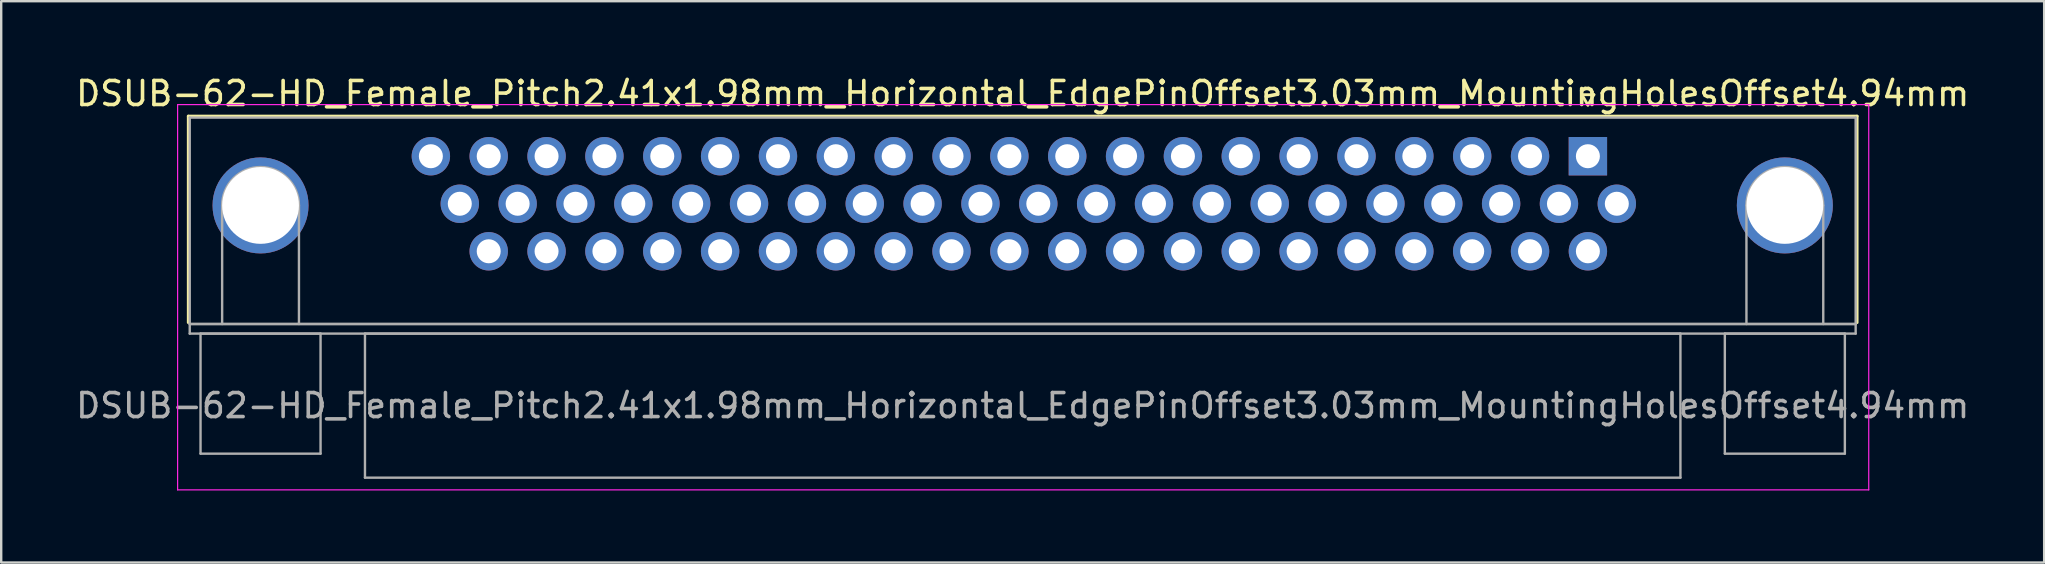
<source format=kicad_pcb>
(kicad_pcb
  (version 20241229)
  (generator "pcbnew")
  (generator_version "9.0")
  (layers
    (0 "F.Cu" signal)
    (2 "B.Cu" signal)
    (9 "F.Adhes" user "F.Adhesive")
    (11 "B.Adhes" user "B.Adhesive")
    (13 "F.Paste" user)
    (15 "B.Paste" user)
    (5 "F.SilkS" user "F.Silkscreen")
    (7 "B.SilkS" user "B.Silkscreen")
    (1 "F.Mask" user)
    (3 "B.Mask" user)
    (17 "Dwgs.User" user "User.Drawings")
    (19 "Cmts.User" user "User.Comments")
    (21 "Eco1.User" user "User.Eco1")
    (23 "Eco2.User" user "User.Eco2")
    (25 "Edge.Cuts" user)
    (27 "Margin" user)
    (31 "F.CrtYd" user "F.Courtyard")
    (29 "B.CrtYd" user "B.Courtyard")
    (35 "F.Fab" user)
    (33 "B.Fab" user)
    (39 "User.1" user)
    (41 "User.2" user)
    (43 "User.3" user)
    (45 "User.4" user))
  (footprint "DSUB-62-HD_Female_Pitch2.41x1.98mm_Horizontal_EdgePinOffset3.03mm_MountingHolesOffset4.94mm"
    (layer "F.Cu")
    (at 63.099 3.458)
    (property "Reference" "DSUB-62-HD_Female_Pitch2.41x1.98mm_Horizontal_EdgePinOffset3.03mm_MountingHolesOffset4.94mm" (at -23.545 -2.61 0) (layer "F.SilkS") (effects (font (size 1 1) (thickness 0.15))))
    (attr through_hole)
    (fp_line (start -58.305 -1.67) (end 11.215 -1.67) (stroke (width 0.12) (type solid)) (layer "F.SilkS"))
    (fp_line (start -58.305 6.93) (end -58.305 -1.67) (stroke (width 0.12) (type solid)) (layer "F.SilkS"))
    (fp_line (start -0.25 -2.564) (end 0.25 -2.564) (stroke (width 0.12) (type solid)) (layer "F.SilkS"))
    (fp_line (start 0 -2.131) (end -0.25 -2.564) (stroke (width 0.12) (type solid)) (layer "F.SilkS"))
    (fp_line (start 0.25 -2.564) (end 0 -2.131) (stroke (width 0.12) (type solid)) (layer "F.SilkS"))
    (fp_line (start 11.215 -1.67) (end 11.215 6.93) (stroke (width 0.12) (type solid)) (layer "F.SilkS"))
    (fp_line (start -58.75 -2.15) (end -58.75 13.9) (stroke (width 0.05) (type solid)) (layer "F.CrtYd"))
    (fp_line (start -58.75 13.9) (end 11.7 13.9) (stroke (width 0.05) (type solid)) (layer "F.CrtYd"))
    (fp_line (start 11.7 -2.15) (end -58.75 -2.15) (stroke (width 0.05) (type solid)) (layer "F.CrtYd"))
    (fp_line (start 11.7 13.9) (end 11.7 -2.15) (stroke (width 0.05) (type solid)) (layer "F.CrtYd"))
    (fp_line (start -58.245 -1.61) (end -58.245 6.99) (stroke (width 0.1) (type solid)) (layer "F.Fab"))
    (fp_line (start -58.245 6.99) (end -58.245 7.39) (stroke (width 0.1) (type solid)) (layer "F.Fab"))
    (fp_line (start -58.245 6.99) (end 11.155 6.99) (stroke (width 0.1) (type solid)) (layer "F.Fab"))
    (fp_line (start -58.245 7.39) (end 11.155 7.39) (stroke (width 0.1) (type solid)) (layer "F.Fab"))
    (fp_line (start -57.795 7.39) (end -57.795 12.39) (stroke (width 0.1) (type solid)) (layer "F.Fab"))
    (fp_line (start -57.795 12.39) (end -52.795 12.39) (stroke (width 0.1) (type solid)) (layer "F.Fab"))
    (fp_line (start -56.895 6.99) (end -56.895 2.05) (stroke (width 0.1) (type solid)) (layer "F.Fab"))
    (fp_line (start -53.695 6.99) (end -53.695 2.05) (stroke (width 0.1) (type solid)) (layer "F.Fab"))
    (fp_line (start -52.795 7.39) (end -57.795 7.39) (stroke (width 0.1) (type solid)) (layer "F.Fab"))
    (fp_line (start -52.795 12.39) (end -52.795 7.39) (stroke (width 0.1) (type solid)) (layer "F.Fab"))
    (fp_line (start -50.945 7.39) (end -50.945 13.39) (stroke (width 0.1) (type solid)) (layer "F.Fab"))
    (fp_line (start -50.945 13.39) (end 3.855 13.39) (stroke (width 0.1) (type solid)) (layer "F.Fab"))
    (fp_line (start 3.855 7.39) (end -50.945 7.39) (stroke (width 0.1) (type solid)) (layer "F.Fab"))
    (fp_line (start 3.855 13.39) (end 3.855 7.39) (stroke (width 0.1) (type solid)) (layer "F.Fab"))
    (fp_line (start 5.705 7.39) (end 5.705 12.39) (stroke (width 0.1) (type solid)) (layer "F.Fab"))
    (fp_line (start 5.705 12.39) (end 10.705 12.39) (stroke (width 0.1) (type solid)) (layer "F.Fab"))
    (fp_line (start 6.605 6.99) (end 6.605 2.05) (stroke (width 0.1) (type solid)) (layer "F.Fab"))
    (fp_line (start 9.805 6.99) (end 9.805 2.05) (stroke (width 0.1) (type solid)) (layer "F.Fab"))
    (fp_line (start 10.705 7.39) (end 5.705 7.39) (stroke (width 0.1) (type solid)) (layer "F.Fab"))
    (fp_line (start 10.705 12.39) (end 10.705 7.39) (stroke (width 0.1) (type solid)) (layer "F.Fab"))
    (fp_line (start 11.155 -1.61) (end -58.245 -1.61) (stroke (width 0.1) (type solid)) (layer "F.Fab"))
    (fp_line (start 11.155 6.99) (end -58.245 6.99) (stroke (width 0.1) (type solid)) (layer "F.Fab"))
    (fp_line (start 11.155 6.99) (end 11.155 -1.61) (stroke (width 0.1) (type solid)) (layer "F.Fab"))
    (fp_line (start 11.155 7.39) (end 11.155 6.99) (stroke (width 0.1) (type solid)) (layer "F.Fab"))
    (fp_arc (start -56.895 2.05) (mid -55.295 0.45) (end -53.695 2.05) (stroke (width 0.1) (type solid)) (layer "F.Fab"))
    (fp_arc (start 6.605 2.05) (mid 8.205 0.45) (end 9.805 2.05) (stroke (width 0.1) (type solid)) (layer "F.Fab"))
    (fp_text user "${REFERENCE}" (at -23.545 10.39 0) (layer "F.Fab") (effects (font (size 1 1) (thickness 0.15))))
    (pad "0" thru_hole circle (at -55.295 2.05) (size 4 4) (drill 3.2) (layers "*.Cu" "*.Mask"))
    (pad "0" thru_hole circle (at 8.205 2.05) (size 4 4) (drill 3.2) (layers "*.Cu" "*.Mask"))
    (pad "1" thru_hole rect (at 0 0) (size 1.6 1.6) (drill 1) (layers "*.Cu" "*.Mask"))
    (pad "2" thru_hole circle (at -2.41 0) (size 1.6 1.6) (drill 1) (layers "*.Cu" "*.Mask"))
    (pad "3" thru_hole circle (at -4.82 0) (size 1.6 1.6) (drill 1) (layers "*.Cu" "*.Mask"))
    (pad "4" thru_hole circle (at -7.23 0) (size 1.6 1.6) (drill 1) (layers "*.Cu" "*.Mask"))
    (pad "5" thru_hole circle (at -9.64 0) (size 1.6 1.6) (drill 1) (layers "*.Cu" "*.Mask"))
    (pad "6" thru_hole circle (at -12.05 0) (size 1.6 1.6) (drill 1) (layers "*.Cu" "*.Mask"))
    (pad "7" thru_hole circle (at -14.46 0) (size 1.6 1.6) (drill 1) (layers "*.Cu" "*.Mask"))
    (pad "8" thru_hole circle (at -16.87 0) (size 1.6 1.6) (drill 1) (layers "*.Cu" "*.Mask"))
    (pad "9" thru_hole circle (at -19.28 0) (size 1.6 1.6) (drill 1) (layers "*.Cu" "*.Mask"))
    (pad "10" thru_hole circle (at -21.69 0) (size 1.6 1.6) (drill 1) (layers "*.Cu" "*.Mask"))
    (pad "11" thru_hole circle (at -24.1 0) (size 1.6 1.6) (drill 1) (layers "*.Cu" "*.Mask"))
    (pad "12" thru_hole circle (at -26.51 0) (size 1.6 1.6) (drill 1) (layers "*.Cu" "*.Mask"))
    (pad "13" thru_hole circle (at -28.92 0) (size 1.6 1.6) (drill 1) (layers "*.Cu" "*.Mask"))
    (pad "14" thru_hole circle (at -31.33 0) (size 1.6 1.6) (drill 1) (layers "*.Cu" "*.Mask"))
    (pad "15" thru_hole circle (at -33.74 0) (size 1.6 1.6) (drill 1) (layers "*.Cu" "*.Mask"))
    (pad "16" thru_hole circle (at -36.15 0) (size 1.6 1.6) (drill 1) (layers "*.Cu" "*.Mask"))
    (pad "17" thru_hole circle (at -38.56 0) (size 1.6 1.6) (drill 1) (layers "*.Cu" "*.Mask"))
    (pad "18" thru_hole circle (at -40.97 0) (size 1.6 1.6) (drill 1) (layers "*.Cu" "*.Mask"))
    (pad "19" thru_hole circle (at -43.38 0) (size 1.6 1.6) (drill 1) (layers "*.Cu" "*.Mask"))
    (pad "20" thru_hole circle (at -45.79 0) (size 1.6 1.6) (drill 1) (layers "*.Cu" "*.Mask"))
    (pad "21" thru_hole circle (at -48.2 0) (size 1.6 1.6) (drill 1) (layers "*.Cu" "*.Mask"))
    (pad "22" thru_hole circle (at 1.205 1.98) (size 1.6 1.6) (drill 1) (layers "*.Cu" "*.Mask"))
    (pad "23" thru_hole circle (at -1.205 1.98) (size 1.6 1.6) (drill 1) (layers "*.Cu" "*.Mask"))
    (pad "24" thru_hole circle (at -3.615 1.98) (size 1.6 1.6) (drill 1) (layers "*.Cu" "*.Mask"))
    (pad "25" thru_hole circle (at -6.025 1.98) (size 1.6 1.6) (drill 1) (layers "*.Cu" "*.Mask"))
    (pad "26" thru_hole circle (at -8.435 1.98) (size 1.6 1.6) (drill 1) (layers "*.Cu" "*.Mask"))
    (pad "27" thru_hole circle (at -10.845 1.98) (size 1.6 1.6) (drill 1) (layers "*.Cu" "*.Mask"))
    (pad "28" thru_hole circle (at -13.255 1.98) (size 1.6 1.6) (drill 1) (layers "*.Cu" "*.Mask"))
    (pad "29" thru_hole circle (at -15.665 1.98) (size 1.6 1.6) (drill 1) (layers "*.Cu" "*.Mask"))
    (pad "30" thru_hole circle (at -18.075 1.98) (size 1.6 1.6) (drill 1) (layers "*.Cu" "*.Mask"))
    (pad "31" thru_hole circle (at -20.485 1.98) (size 1.6 1.6) (drill 1) (layers "*.Cu" "*.Mask"))
    (pad "32" thru_hole circle (at -22.895 1.98) (size 1.6 1.6) (drill 1) (layers "*.Cu" "*.Mask"))
    (pad "33" thru_hole circle (at -25.305 1.98) (size 1.6 1.6) (drill 1) (layers "*.Cu" "*.Mask"))
    (pad "34" thru_hole circle (at -27.715 1.98) (size 1.6 1.6) (drill 1) (layers "*.Cu" "*.Mask"))
    (pad "35" thru_hole circle (at -30.125 1.98) (size 1.6 1.6) (drill 1) (layers "*.Cu" "*.Mask"))
    (pad "36" thru_hole circle (at -32.535 1.98) (size 1.6 1.6) (drill 1) (layers "*.Cu" "*.Mask"))
    (pad "37" thru_hole circle (at -34.945 1.98) (size 1.6 1.6) (drill 1) (layers "*.Cu" "*.Mask"))
    (pad "38" thru_hole circle (at -37.355 1.98) (size 1.6 1.6) (drill 1) (layers "*.Cu" "*.Mask"))
    (pad "39" thru_hole circle (at -39.765 1.98) (size 1.6 1.6) (drill 1) (layers "*.Cu" "*.Mask"))
    (pad "40" thru_hole circle (at -42.175 1.98) (size 1.6 1.6) (drill 1) (layers "*.Cu" "*.Mask"))
    (pad "41" thru_hole circle (at -44.585 1.98) (size 1.6 1.6) (drill 1) (layers "*.Cu" "*.Mask"))
    (pad "42" thru_hole circle (at -46.995 1.98) (size 1.6 1.6) (drill 1) (layers "*.Cu" "*.Mask"))
    (pad "43" thru_hole circle (at 0 3.96) (size 1.6 1.6) (drill 1) (layers "*.Cu" "*.Mask"))
    (pad "44" thru_hole circle (at -2.41 3.96) (size 1.6 1.6) (drill 1) (layers "*.Cu" "*.Mask"))
    (pad "45" thru_hole circle (at -4.82 3.96) (size 1.6 1.6) (drill 1) (layers "*.Cu" "*.Mask"))
    (pad "46" thru_hole circle (at -7.23 3.96) (size 1.6 1.6) (drill 1) (layers "*.Cu" "*.Mask"))
    (pad "47" thru_hole circle (at -9.64 3.96) (size 1.6 1.6) (drill 1) (layers "*.Cu" "*.Mask"))
    (pad "48" thru_hole circle (at -12.05 3.96) (size 1.6 1.6) (drill 1) (layers "*.Cu" "*.Mask"))
    (pad "49" thru_hole circle (at -14.46 3.96) (size 1.6 1.6) (drill 1) (layers "*.Cu" "*.Mask"))
    (pad "50" thru_hole circle (at -16.87 3.96) (size 1.6 1.6) (drill 1) (layers "*.Cu" "*.Mask"))
    (pad "51" thru_hole circle (at -19.28 3.96) (size 1.6 1.6) (drill 1) (layers "*.Cu" "*.Mask"))
    (pad "52" thru_hole circle (at -21.69 3.96) (size 1.6 1.6) (drill 1) (layers "*.Cu" "*.Mask"))
    (pad "53" thru_hole circle (at -24.1 3.96) (size 1.6 1.6) (drill 1) (layers "*.Cu" "*.Mask"))
    (pad "54" thru_hole circle (at -26.51 3.96) (size 1.6 1.6) (drill 1) (layers "*.Cu" "*.Mask"))
    (pad "55" thru_hole circle (at -28.92 3.96) (size 1.6 1.6) (drill 1) (layers "*.Cu" "*.Mask"))
    (pad "56" thru_hole circle (at -31.33 3.96) (size 1.6 1.6) (drill 1) (layers "*.Cu" "*.Mask"))
    (pad "57" thru_hole circle (at -33.74 3.96) (size 1.6 1.6) (drill 1) (layers "*.Cu" "*.Mask"))
    (pad "58" thru_hole circle (at -36.15 3.96) (size 1.6 1.6) (drill 1) (layers "*.Cu" "*.Mask"))
    (pad "59" thru_hole circle (at -38.56 3.96) (size 1.6 1.6) (drill 1) (layers "*.Cu" "*.Mask"))
    (pad "60" thru_hole circle (at -40.97 3.96) (size 1.6 1.6) (drill 1) (layers "*.Cu" "*.Mask"))
    (pad "61" thru_hole circle (at -43.38 3.96) (size 1.6 1.6) (drill 1) (layers "*.Cu" "*.Mask"))
    (pad "62" thru_hole circle (at -45.79 3.96) (size 1.6 1.6) (drill 1) (layers "*.Cu" "*.Mask")))
  (gr_rect
    (start -3 -3)
    (end 82.107 20.383)
    (stroke (width 0.1) (type default))
    (fill no)
    (layer "Edge.Cuts")))
</source>
